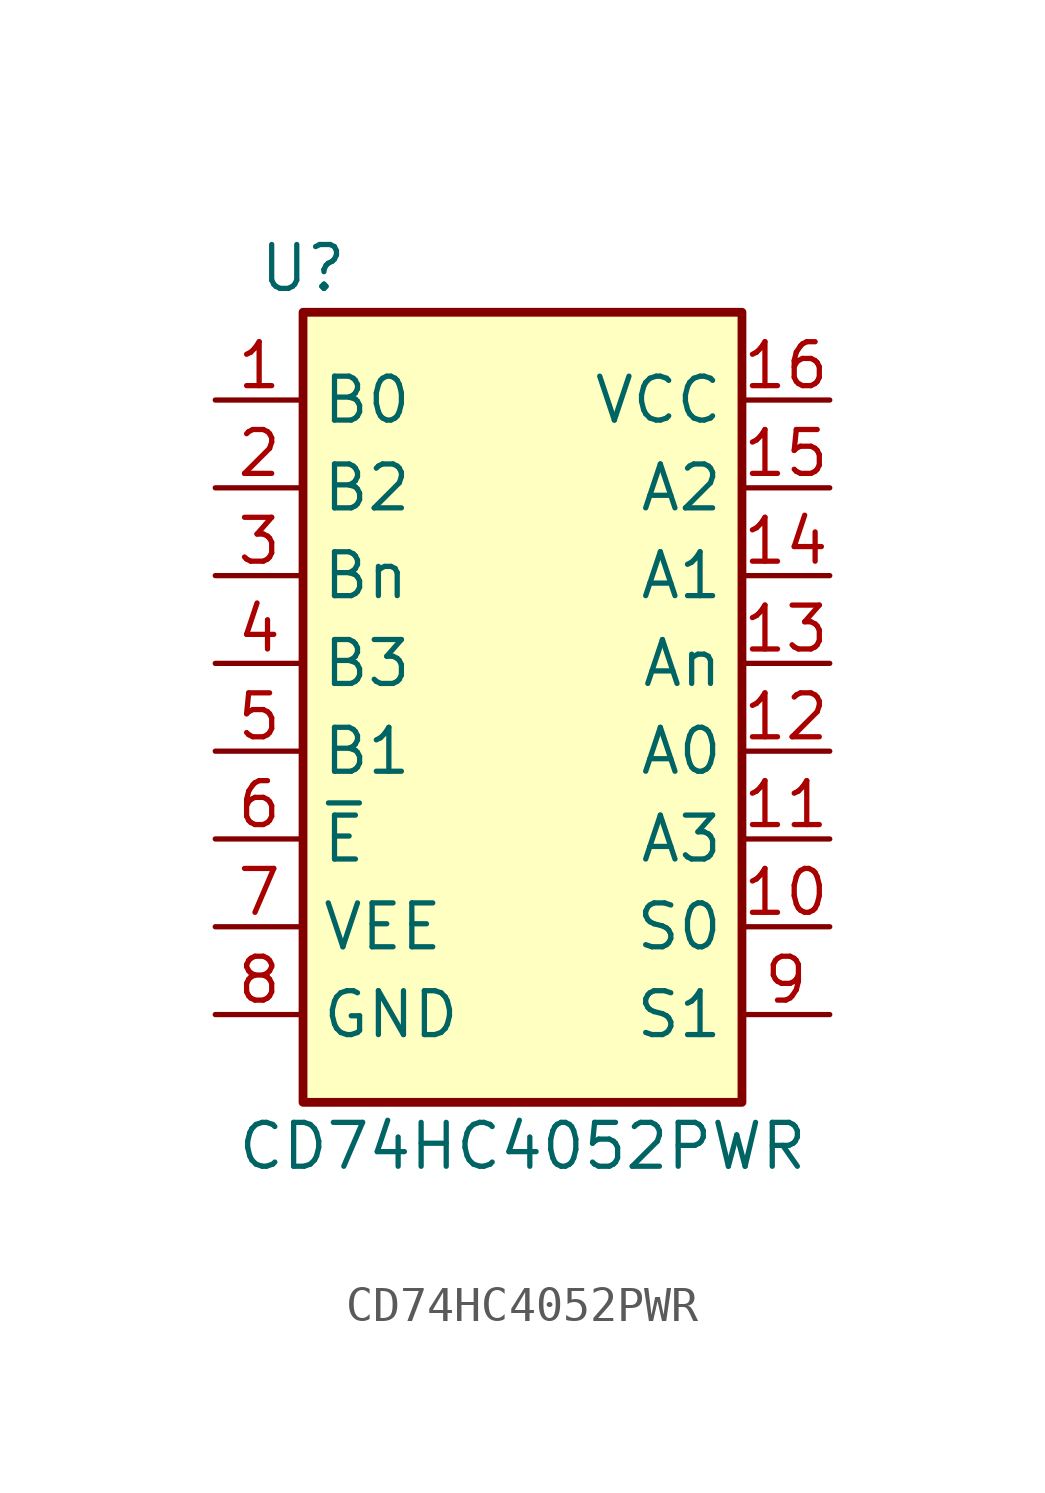
<source format=kicad_sym>
(kicad_symbol_lib
  (version 20231120)
  (generator "kicad_symbol_editor")
  (generator_version "8.0")
  (symbol "CD74HC4052PWR"
    (property "Reference" "U"
      (at -6.35 11.43 0)
      (effects (font (size 1.27 1.27))))
    (property "Value" "CD74HC4052PWR"
      (at 0 -13.97 0)
      (effects (font (size 1.27 1.27))))
    (symbol "CD74HC4052PWR_0_1"
      (rectangle (start -6.35 10.16) (end 6.35 -12.7) (stroke (width 0.254) (type default)) (fill (type background))))
    (symbol "CD74HC4052PWR_1_1"
      (pin bidirectional line (at -8.89 7.62 0) (length 2.54) (name "B0" (effects (font (size 1.27 1.27)))) (number "1" (effects (font (size 1.27 1.27)))))
      (pin input line (at 8.89 -7.62 180) (length 2.54) (name "S0" (effects (font (size 1.27 1.27)))) (number "10" (effects (font (size 1.27 1.27)))))
      (pin bidirectional line (at 8.89 -5.08 180) (length 2.54) (name "A3" (effects (font (size 1.27 1.27)))) (number "11" (effects (font (size 1.27 1.27)))))
      (pin bidirectional line (at 8.89 -2.54 180) (length 2.54) (name "A0" (effects (font (size 1.27 1.27)))) (number "12" (effects (font (size 1.27 1.27)))))
      (pin bidirectional line (at 8.89 0 180) (length 2.54) (name "An" (effects (font (size 1.27 1.27)))) (number "13" (effects (font (size 1.27 1.27)))))
      (pin bidirectional line (at 8.89 2.54 180) (length 2.54) (name "A1" (effects (font (size 1.27 1.27)))) (number "14" (effects (font (size 1.27 1.27)))))
      (pin bidirectional line (at 8.89 5.08 180) (length 2.54) (name "A2" (effects (font (size 1.27 1.27)))) (number "15" (effects (font (size 1.27 1.27)))))
      (pin power_in line (at 8.89 7.62 180) (length 2.54) (name "VCC" (effects (font (size 1.27 1.27)))) (number "16" (effects (font (size 1.27 1.27)))))
      (pin bidirectional line (at -8.89 5.08 0) (length 2.54) (name "B2" (effects (font (size 1.27 1.27)))) (number "2" (effects (font (size 1.27 1.27)))))
      (pin bidirectional line (at -8.89 2.54 0) (length 2.54) (name "Bn" (effects (font (size 1.27 1.27)))) (number "3" (effects (font (size 1.27 1.27)))))
      (pin bidirectional line (at -8.89 0 0) (length 2.54) (name "B3" (effects (font (size 1.27 1.27)))) (number "4" (effects (font (size 1.27 1.27)))))
      (pin bidirectional line (at -8.89 -2.54 0) (length 2.54) (name "B1" (effects (font (size 1.27 1.27)))) (number "5" (effects (font (size 1.27 1.27)))))
      (pin input line (at -8.89 -5.08 0) (length 2.54) (name "~{E}" (effects (font (size 1.27 1.27)))) (number "6" (effects (font (size 1.27 1.27)))))
      (pin power_in line (at -8.89 -7.62 0) (length 2.54) (name "VEE" (effects (font (size 1.27 1.27)))) (number "7" (effects (font (size 1.27 1.27)))))
      (pin power_in line (at -8.89 -10.16 0) (length 2.54) (name "GND" (effects (font (size 1.27 1.27)))) (number "8" (effects (font (size 1.27 1.27)))))
      (pin input line (at 8.89 -10.16 180) (length 2.54) (name "S1" (effects (font (size 1.27 1.27)))) (number "9" (effects (font (size 1.27 1.27))))))))
</source>
